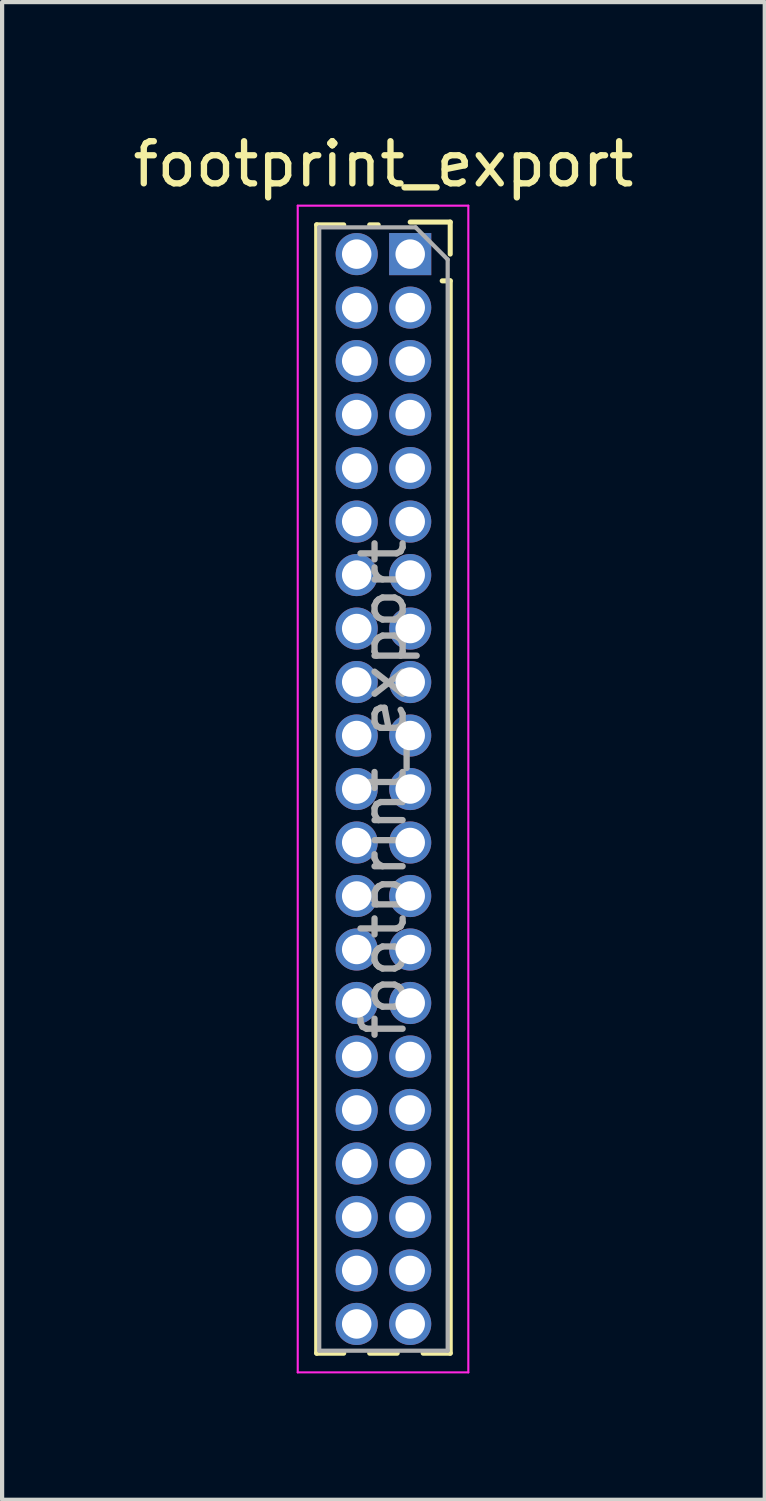
<source format=kicad_pcb>
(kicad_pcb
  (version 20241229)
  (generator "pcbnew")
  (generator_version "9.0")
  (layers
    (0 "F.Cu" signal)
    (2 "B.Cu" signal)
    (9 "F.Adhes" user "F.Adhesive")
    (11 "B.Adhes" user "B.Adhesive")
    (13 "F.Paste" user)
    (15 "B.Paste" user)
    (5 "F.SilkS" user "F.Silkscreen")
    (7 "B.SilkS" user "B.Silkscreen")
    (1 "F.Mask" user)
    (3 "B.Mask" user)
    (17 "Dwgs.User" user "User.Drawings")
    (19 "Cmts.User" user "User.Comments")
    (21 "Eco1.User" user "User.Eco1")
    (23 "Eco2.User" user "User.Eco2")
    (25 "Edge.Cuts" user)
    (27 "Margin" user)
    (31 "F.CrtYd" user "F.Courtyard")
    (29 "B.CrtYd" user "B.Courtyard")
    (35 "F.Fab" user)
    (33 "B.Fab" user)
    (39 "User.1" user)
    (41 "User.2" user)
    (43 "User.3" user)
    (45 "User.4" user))
  (footprint "footprint_export"
    (layer "F.Cu")
    (at 6.689 2.983)
    (property "Reference" "footprint_export" (at -0.635 -2.135 0) (layer "F.SilkS") (effects (font (size 1 1) (thickness 0.15))))
    (attr through_hole)
    (fp_line (start -2.22 -0.695) (end -2.22 26.095) (stroke (width 0.12) (type solid)) (layer "F.SilkS"))
    (fp_line (start -2.22 -0.695) (end -1.578 -0.695) (stroke (width 0.12) (type solid)) (layer "F.SilkS"))
    (fp_line (start -2.22 26.095) (end -1.578 26.095) (stroke (width 0.12) (type solid)) (layer "F.SilkS"))
    (fp_line (start -0.962 -0.695) (end -0.76 -0.695) (stroke (width 0.12) (type solid)) (layer "F.SilkS"))
    (fp_line (start -0.962 26.095) (end -0.308 26.095) (stroke (width 0.12) (type solid)) (layer "F.SilkS"))
    (fp_line (start 0 -0.76) (end 0.95 -0.76) (stroke (width 0.12) (type solid)) (layer "F.SilkS"))
    (fp_line (start 0.308 26.095) (end 0.95 26.095) (stroke (width 0.12) (type solid)) (layer "F.SilkS"))
    (fp_line (start 0.76 0.635) (end 0.95 0.635) (stroke (width 0.12) (type solid)) (layer "F.SilkS"))
    (fp_line (start 0.95 -0.76) (end 0.95 0) (stroke (width 0.12) (type solid)) (layer "F.SilkS"))
    (fp_line (start 0.95 0.635) (end 0.95 26.095) (stroke (width 0.12) (type solid)) (layer "F.SilkS"))
    (fp_line (start -2.67 -1.15) (end 1.38 -1.15) (stroke (width 0.05) (type solid)) (layer "F.CrtYd"))
    (fp_line (start -2.67 26.55) (end -2.67 -1.15) (stroke (width 0.05) (type solid)) (layer "F.CrtYd"))
    (fp_line (start 1.38 -1.15) (end 1.38 26.55) (stroke (width 0.05) (type solid)) (layer "F.CrtYd"))
    (fp_line (start 1.38 26.55) (end -2.67 26.55) (stroke (width 0.05) (type solid)) (layer "F.CrtYd"))
    (fp_line (start -2.16 -0.635) (end 0.128 -0.635) (stroke (width 0.1) (type solid)) (layer "F.Fab"))
    (fp_line (start -2.16 26.035) (end -2.16 -0.635) (stroke (width 0.1) (type solid)) (layer "F.Fab"))
    (fp_line (start 0.128 -0.635) (end 0.89 0.128) (stroke (width 0.1) (type solid)) (layer "F.Fab"))
    (fp_line (start 0.89 0.128) (end 0.89 26.035) (stroke (width 0.1) (type solid)) (layer "F.Fab"))
    (fp_line (start 0.89 26.035) (end -2.16 26.035) (stroke (width 0.1) (type solid)) (layer "F.Fab"))
    (fp_text user "${REFERENCE}" (at -0.635 12.7 90) (layer "F.Fab") (effects (font (size 1 1) (thickness 0.15))))
    (pad "1" thru_hole rect (at 0 0) (size 1 1) (drill 0.7) (layers "*.Cu" "*.Mask"))
    (pad "2" thru_hole oval (at -1.27 0) (size 1 1) (drill 0.7) (layers "*.Cu" "*.Mask"))
    (pad "3" thru_hole oval (at 0 1.27) (size 1 1) (drill 0.7) (layers "*.Cu" "*.Mask"))
    (pad "4" thru_hole oval (at -1.27 1.27) (size 1 1) (drill 0.7) (layers "*.Cu" "*.Mask"))
    (pad "5" thru_hole oval (at 0 2.54) (size 1 1) (drill 0.7) (layers "*.Cu" "*.Mask"))
    (pad "6" thru_hole oval (at -1.27 2.54) (size 1 1) (drill 0.7) (layers "*.Cu" "*.Mask"))
    (pad "7" thru_hole oval (at 0 3.81) (size 1 1) (drill 0.7) (layers "*.Cu" "*.Mask"))
    (pad "8" thru_hole oval (at -1.27 3.81) (size 1 1) (drill 0.7) (layers "*.Cu" "*.Mask"))
    (pad "9" thru_hole oval (at 0 5.08) (size 1 1) (drill 0.7) (layers "*.Cu" "*.Mask"))
    (pad "10" thru_hole oval (at -1.27 5.08) (size 1 1) (drill 0.7) (layers "*.Cu" "*.Mask"))
    (pad "11" thru_hole oval (at 0 6.35) (size 1 1) (drill 0.7) (layers "*.Cu" "*.Mask"))
    (pad "12" thru_hole oval (at -1.27 6.35) (size 1 1) (drill 0.7) (layers "*.Cu" "*.Mask"))
    (pad "13" thru_hole oval (at 0 7.62) (size 1 1) (drill 0.7) (layers "*.Cu" "*.Mask"))
    (pad "14" thru_hole oval (at -1.27 7.62) (size 1 1) (drill 0.7) (layers "*.Cu" "*.Mask"))
    (pad "15" thru_hole oval (at 0 8.89) (size 1 1) (drill 0.7) (layers "*.Cu" "*.Mask"))
    (pad "16" thru_hole oval (at -1.27 8.89) (size 1 1) (drill 0.7) (layers "*.Cu" "*.Mask"))
    (pad "17" thru_hole oval (at 0 10.16) (size 1 1) (drill 0.7) (layers "*.Cu" "*.Mask"))
    (pad "18" thru_hole oval (at -1.27 10.16) (size 1 1) (drill 0.7) (layers "*.Cu" "*.Mask"))
    (pad "19" thru_hole oval (at 0 11.43) (size 1 1) (drill 0.7) (layers "*.Cu" "*.Mask"))
    (pad "20" thru_hole oval (at -1.27 11.43) (size 1 1) (drill 0.7) (layers "*.Cu" "*.Mask"))
    (pad "21" thru_hole oval (at 0 12.7) (size 1 1) (drill 0.7) (layers "*.Cu" "*.Mask"))
    (pad "22" thru_hole oval (at -1.27 12.7) (size 1 1) (drill 0.7) (layers "*.Cu" "*.Mask"))
    (pad "23" thru_hole oval (at 0 13.97) (size 1 1) (drill 0.7) (layers "*.Cu" "*.Mask"))
    (pad "24" thru_hole oval (at -1.27 13.97) (size 1 1) (drill 0.7) (layers "*.Cu" "*.Mask"))
    (pad "25" thru_hole oval (at 0 15.24) (size 1 1) (drill 0.7) (layers "*.Cu" "*.Mask"))
    (pad "26" thru_hole oval (at -1.27 15.24) (size 1 1) (drill 0.7) (layers "*.Cu" "*.Mask"))
    (pad "27" thru_hole oval (at 0 16.51) (size 1 1) (drill 0.7) (layers "*.Cu" "*.Mask"))
    (pad "28" thru_hole oval (at -1.27 16.51) (size 1 1) (drill 0.7) (layers "*.Cu" "*.Mask"))
    (pad "29" thru_hole oval (at 0 17.78) (size 1 1) (drill 0.7) (layers "*.Cu" "*.Mask"))
    (pad "30" thru_hole oval (at -1.27 17.78) (size 1 1) (drill 0.7) (layers "*.Cu" "*.Mask"))
    (pad "31" thru_hole oval (at 0 19.05) (size 1 1) (drill 0.7) (layers "*.Cu" "*.Mask"))
    (pad "32" thru_hole oval (at -1.27 19.05) (size 1 1) (drill 0.7) (layers "*.Cu" "*.Mask"))
    (pad "33" thru_hole oval (at 0 20.32) (size 1 1) (drill 0.7) (layers "*.Cu" "*.Mask"))
    (pad "34" thru_hole oval (at -1.27 20.32) (size 1 1) (drill 0.7) (layers "*.Cu" "*.Mask"))
    (pad "35" thru_hole oval (at 0 21.59) (size 1 1) (drill 0.7) (layers "*.Cu" "*.Mask"))
    (pad "36" thru_hole oval (at -1.27 21.59) (size 1 1) (drill 0.7) (layers "*.Cu" "*.Mask"))
    (pad "37" thru_hole oval (at 0 22.86) (size 1 1) (drill 0.7) (layers "*.Cu" "*.Mask"))
    (pad "38" thru_hole oval (at -1.27 22.86) (size 1 1) (drill 0.7) (layers "*.Cu" "*.Mask"))
    (pad "39" thru_hole oval (at 0 24.13) (size 1 1) (drill 0.7) (layers "*.Cu" "*.Mask"))
    (pad "40" thru_hole oval (at -1.27 24.13) (size 1 1) (drill 0.7) (layers "*.Cu" "*.Mask"))
    (pad "41" thru_hole oval (at 0 25.4) (size 1 1) (drill 0.7) (layers "*.Cu" "*.Mask"))
    (pad "42" thru_hole oval (at -1.27 25.4) (size 1 1) (drill 0.7) (layers "*.Cu" "*.Mask")))
  (gr_rect
    (start -3 -3)
    (end 15.107 32.558)
    (stroke (width 0.1) (type default))
    (fill no)
    (layer "Edge.Cuts")))
</source>
